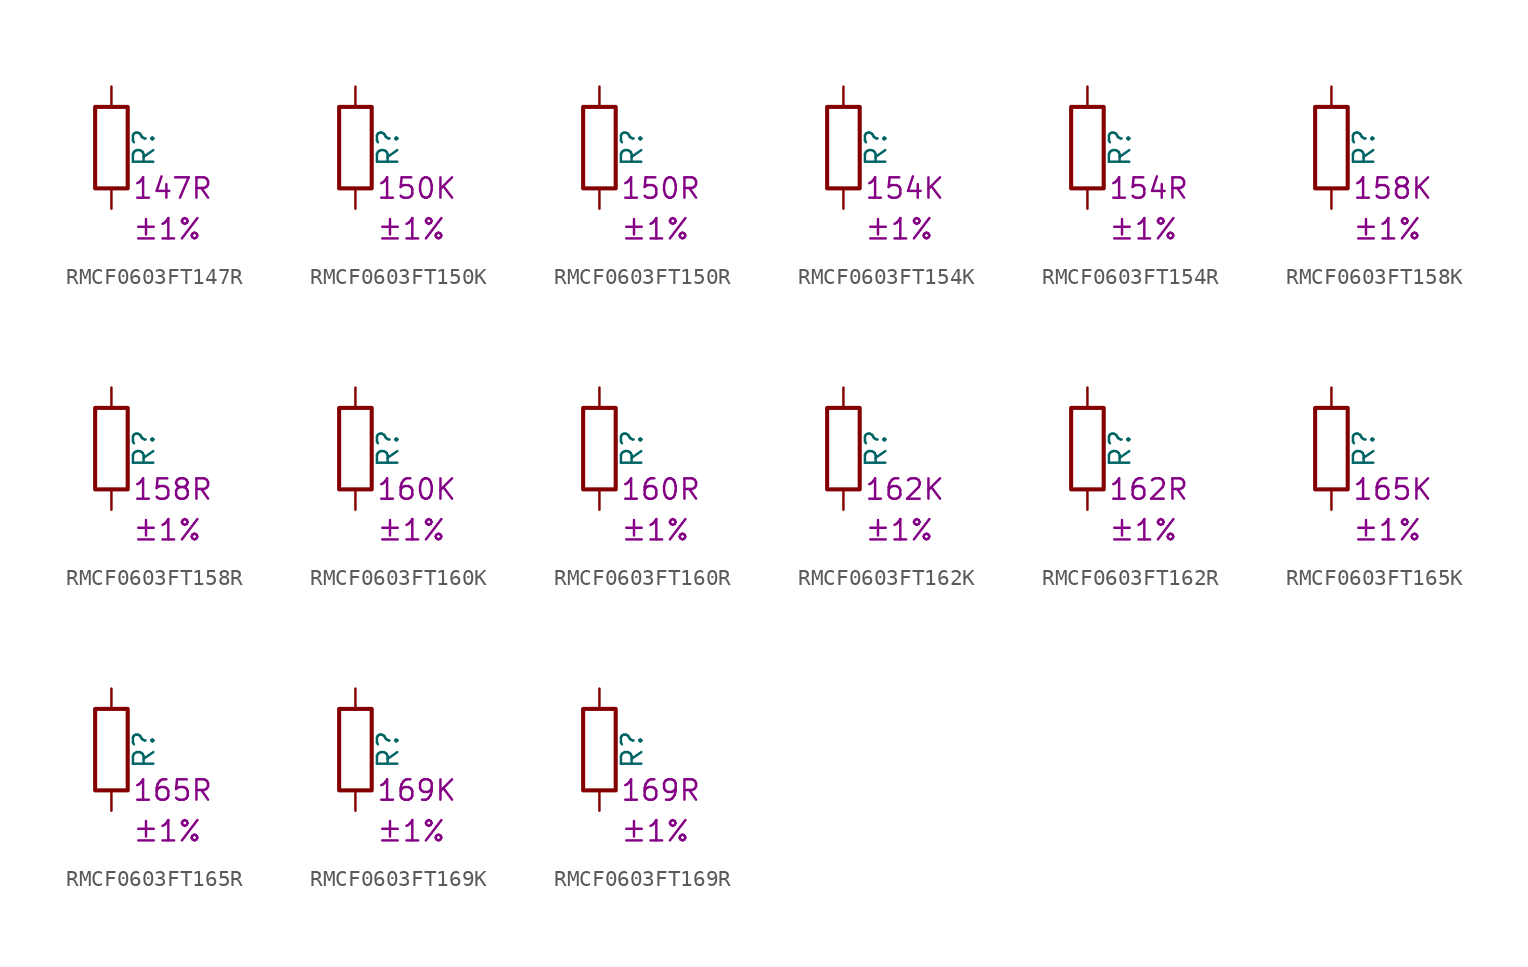
<source format=kicad_sym>
(kicad_symbol_lib
  (version 20220914)
  (generator kicad_symbol_editor)
  (symbol "RMCF0603FT147R"
    (pin_numbers hide)
    (pin_names
      (offset 0))
    (property "Reference" "R"
      (at 2.032 0 90)
      (effects (font (size 1.27 1.27))))
    (property "Resistance" "147R"
      (at 1.27 -2.54 0)
      (effects (font (size 1.27 1.27)) (justify left)))
    (property "Tolerance" "±1%"
      (at 1.27 -5.08 0)
      (effects (font (size 1.27 1.27)) (justify left)))
    (symbol "RMCF0603FT147R_0_1"
      (rectangle (start -1.016 -2.54) (end 1.016 2.54) (stroke (width 0.254) (type default)) (fill (type none))))
    (symbol "RMCF0603FT147R_1_1"
      (pin passive line (at 0 3.81 270) (length 1.27) (name "~" (effects (font (size 1.27 1.27)))) (number "1" (effects (font (size 1.27 1.27)))))
      (pin passive line (at 0 -3.81 90) (length 1.27) (name "~" (effects (font (size 1.27 1.27)))) (number "2" (effects (font (size 1.27 1.27)))))))
  (symbol "RMCF0603FT150K"
    (pin_numbers hide)
    (pin_names
      (offset 0))
    (property "Reference" "R"
      (at 2.032 0 90)
      (effects (font (size 1.27 1.27))))
    (property "Resistance" "150K"
      (at 1.27 -2.54 0)
      (effects (font (size 1.27 1.27)) (justify left)))
    (property "Tolerance" "±1%"
      (at 1.27 -5.08 0)
      (effects (font (size 1.27 1.27)) (justify left)))
    (symbol "RMCF0603FT150K_0_1"
      (rectangle (start -1.016 -2.54) (end 1.016 2.54) (stroke (width 0.254) (type default)) (fill (type none))))
    (symbol "RMCF0603FT150K_1_1"
      (pin passive line (at 0 3.81 270) (length 1.27) (name "~" (effects (font (size 1.27 1.27)))) (number "1" (effects (font (size 1.27 1.27)))))
      (pin passive line (at 0 -3.81 90) (length 1.27) (name "~" (effects (font (size 1.27 1.27)))) (number "2" (effects (font (size 1.27 1.27)))))))
  (symbol "RMCF0603FT150R"
    (pin_numbers hide)
    (pin_names
      (offset 0))
    (property "Reference" "R"
      (at 2.032 0 90)
      (effects (font (size 1.27 1.27))))
    (property "Resistance" "150R"
      (at 1.27 -2.54 0)
      (effects (font (size 1.27 1.27)) (justify left)))
    (property "Tolerance" "±1%"
      (at 1.27 -5.08 0)
      (effects (font (size 1.27 1.27)) (justify left)))
    (symbol "RMCF0603FT150R_0_1"
      (rectangle (start -1.016 -2.54) (end 1.016 2.54) (stroke (width 0.254) (type default)) (fill (type none))))
    (symbol "RMCF0603FT150R_1_1"
      (pin passive line (at 0 3.81 270) (length 1.27) (name "~" (effects (font (size 1.27 1.27)))) (number "1" (effects (font (size 1.27 1.27)))))
      (pin passive line (at 0 -3.81 90) (length 1.27) (name "~" (effects (font (size 1.27 1.27)))) (number "2" (effects (font (size 1.27 1.27)))))))
  (symbol "RMCF0603FT154K"
    (pin_numbers hide)
    (pin_names
      (offset 0))
    (property "Reference" "R"
      (at 2.032 0 90)
      (effects (font (size 1.27 1.27))))
    (property "Resistance" "154K"
      (at 1.27 -2.54 0)
      (effects (font (size 1.27 1.27)) (justify left)))
    (property "Tolerance" "±1%"
      (at 1.27 -5.08 0)
      (effects (font (size 1.27 1.27)) (justify left)))
    (symbol "RMCF0603FT154K_0_1"
      (rectangle (start -1.016 -2.54) (end 1.016 2.54) (stroke (width 0.254) (type default)) (fill (type none))))
    (symbol "RMCF0603FT154K_1_1"
      (pin passive line (at 0 3.81 270) (length 1.27) (name "~" (effects (font (size 1.27 1.27)))) (number "1" (effects (font (size 1.27 1.27)))))
      (pin passive line (at 0 -3.81 90) (length 1.27) (name "~" (effects (font (size 1.27 1.27)))) (number "2" (effects (font (size 1.27 1.27)))))))
  (symbol "RMCF0603FT154R"
    (pin_numbers hide)
    (pin_names
      (offset 0))
    (property "Reference" "R"
      (at 2.032 0 90)
      (effects (font (size 1.27 1.27))))
    (property "Resistance" "154R"
      (at 1.27 -2.54 0)
      (effects (font (size 1.27 1.27)) (justify left)))
    (property "Tolerance" "±1%"
      (at 1.27 -5.08 0)
      (effects (font (size 1.27 1.27)) (justify left)))
    (symbol "RMCF0603FT154R_0_1"
      (rectangle (start -1.016 -2.54) (end 1.016 2.54) (stroke (width 0.254) (type default)) (fill (type none))))
    (symbol "RMCF0603FT154R_1_1"
      (pin passive line (at 0 3.81 270) (length 1.27) (name "~" (effects (font (size 1.27 1.27)))) (number "1" (effects (font (size 1.27 1.27)))))
      (pin passive line (at 0 -3.81 90) (length 1.27) (name "~" (effects (font (size 1.27 1.27)))) (number "2" (effects (font (size 1.27 1.27)))))))
  (symbol "RMCF0603FT158K"
    (pin_numbers hide)
    (pin_names
      (offset 0))
    (property "Reference" "R"
      (at 2.032 0 90)
      (effects (font (size 1.27 1.27))))
    (property "Resistance" "158K"
      (at 1.27 -2.54 0)
      (effects (font (size 1.27 1.27)) (justify left)))
    (property "Tolerance" "±1%"
      (at 1.27 -5.08 0)
      (effects (font (size 1.27 1.27)) (justify left)))
    (symbol "RMCF0603FT158K_0_1"
      (rectangle (start -1.016 -2.54) (end 1.016 2.54) (stroke (width 0.254) (type default)) (fill (type none))))
    (symbol "RMCF0603FT158K_1_1"
      (pin passive line (at 0 3.81 270) (length 1.27) (name "~" (effects (font (size 1.27 1.27)))) (number "1" (effects (font (size 1.27 1.27)))))
      (pin passive line (at 0 -3.81 90) (length 1.27) (name "~" (effects (font (size 1.27 1.27)))) (number "2" (effects (font (size 1.27 1.27)))))))
  (symbol "RMCF0603FT158R"
    (pin_numbers hide)
    (pin_names
      (offset 0))
    (property "Reference" "R"
      (at 2.032 0 90)
      (effects (font (size 1.27 1.27))))
    (property "Resistance" "158R"
      (at 1.27 -2.54 0)
      (effects (font (size 1.27 1.27)) (justify left)))
    (property "Tolerance" "±1%"
      (at 1.27 -5.08 0)
      (effects (font (size 1.27 1.27)) (justify left)))
    (symbol "RMCF0603FT158R_0_1"
      (rectangle (start -1.016 -2.54) (end 1.016 2.54) (stroke (width 0.254) (type default)) (fill (type none))))
    (symbol "RMCF0603FT158R_1_1"
      (pin passive line (at 0 3.81 270) (length 1.27) (name "~" (effects (font (size 1.27 1.27)))) (number "1" (effects (font (size 1.27 1.27)))))
      (pin passive line (at 0 -3.81 90) (length 1.27) (name "~" (effects (font (size 1.27 1.27)))) (number "2" (effects (font (size 1.27 1.27)))))))
  (symbol "RMCF0603FT160K"
    (pin_numbers hide)
    (pin_names
      (offset 0))
    (property "Reference" "R"
      (at 2.032 0 90)
      (effects (font (size 1.27 1.27))))
    (property "Resistance" "160K"
      (at 1.27 -2.54 0)
      (effects (font (size 1.27 1.27)) (justify left)))
    (property "Tolerance" "±1%"
      (at 1.27 -5.08 0)
      (effects (font (size 1.27 1.27)) (justify left)))
    (symbol "RMCF0603FT160K_0_1"
      (rectangle (start -1.016 -2.54) (end 1.016 2.54) (stroke (width 0.254) (type default)) (fill (type none))))
    (symbol "RMCF0603FT160K_1_1"
      (pin passive line (at 0 3.81 270) (length 1.27) (name "~" (effects (font (size 1.27 1.27)))) (number "1" (effects (font (size 1.27 1.27)))))
      (pin passive line (at 0 -3.81 90) (length 1.27) (name "~" (effects (font (size 1.27 1.27)))) (number "2" (effects (font (size 1.27 1.27)))))))
  (symbol "RMCF0603FT160R"
    (pin_numbers hide)
    (pin_names
      (offset 0))
    (property "Reference" "R"
      (at 2.032 0 90)
      (effects (font (size 1.27 1.27))))
    (property "Resistance" "160R"
      (at 1.27 -2.54 0)
      (effects (font (size 1.27 1.27)) (justify left)))
    (property "Tolerance" "±1%"
      (at 1.27 -5.08 0)
      (effects (font (size 1.27 1.27)) (justify left)))
    (symbol "RMCF0603FT160R_0_1"
      (rectangle (start -1.016 -2.54) (end 1.016 2.54) (stroke (width 0.254) (type default)) (fill (type none))))
    (symbol "RMCF0603FT160R_1_1"
      (pin passive line (at 0 3.81 270) (length 1.27) (name "~" (effects (font (size 1.27 1.27)))) (number "1" (effects (font (size 1.27 1.27)))))
      (pin passive line (at 0 -3.81 90) (length 1.27) (name "~" (effects (font (size 1.27 1.27)))) (number "2" (effects (font (size 1.27 1.27)))))))
  (symbol "RMCF0603FT162K"
    (pin_numbers hide)
    (pin_names
      (offset 0))
    (property "Reference" "R"
      (at 2.032 0 90)
      (effects (font (size 1.27 1.27))))
    (property "Resistance" "162K"
      (at 1.27 -2.54 0)
      (effects (font (size 1.27 1.27)) (justify left)))
    (property "Tolerance" "±1%"
      (at 1.27 -5.08 0)
      (effects (font (size 1.27 1.27)) (justify left)))
    (symbol "RMCF0603FT162K_0_1"
      (rectangle (start -1.016 -2.54) (end 1.016 2.54) (stroke (width 0.254) (type default)) (fill (type none))))
    (symbol "RMCF0603FT162K_1_1"
      (pin passive line (at 0 3.81 270) (length 1.27) (name "~" (effects (font (size 1.27 1.27)))) (number "1" (effects (font (size 1.27 1.27)))))
      (pin passive line (at 0 -3.81 90) (length 1.27) (name "~" (effects (font (size 1.27 1.27)))) (number "2" (effects (font (size 1.27 1.27)))))))
  (symbol "RMCF0603FT162R"
    (pin_numbers hide)
    (pin_names
      (offset 0))
    (property "Reference" "R"
      (at 2.032 0 90)
      (effects (font (size 1.27 1.27))))
    (property "Resistance" "162R"
      (at 1.27 -2.54 0)
      (effects (font (size 1.27 1.27)) (justify left)))
    (property "Tolerance" "±1%"
      (at 1.27 -5.08 0)
      (effects (font (size 1.27 1.27)) (justify left)))
    (symbol "RMCF0603FT162R_0_1"
      (rectangle (start -1.016 -2.54) (end 1.016 2.54) (stroke (width 0.254) (type default)) (fill (type none))))
    (symbol "RMCF0603FT162R_1_1"
      (pin passive line (at 0 3.81 270) (length 1.27) (name "~" (effects (font (size 1.27 1.27)))) (number "1" (effects (font (size 1.27 1.27)))))
      (pin passive line (at 0 -3.81 90) (length 1.27) (name "~" (effects (font (size 1.27 1.27)))) (number "2" (effects (font (size 1.27 1.27)))))))
  (symbol "RMCF0603FT165K"
    (pin_numbers hide)
    (pin_names
      (offset 0))
    (property "Reference" "R"
      (at 2.032 0 90)
      (effects (font (size 1.27 1.27))))
    (property "Resistance" "165K"
      (at 1.27 -2.54 0)
      (effects (font (size 1.27 1.27)) (justify left)))
    (property "Tolerance" "±1%"
      (at 1.27 -5.08 0)
      (effects (font (size 1.27 1.27)) (justify left)))
    (symbol "RMCF0603FT165K_0_1"
      (rectangle (start -1.016 -2.54) (end 1.016 2.54) (stroke (width 0.254) (type default)) (fill (type none))))
    (symbol "RMCF0603FT165K_1_1"
      (pin passive line (at 0 3.81 270) (length 1.27) (name "~" (effects (font (size 1.27 1.27)))) (number "1" (effects (font (size 1.27 1.27)))))
      (pin passive line (at 0 -3.81 90) (length 1.27) (name "~" (effects (font (size 1.27 1.27)))) (number "2" (effects (font (size 1.27 1.27)))))))
  (symbol "RMCF0603FT165R"
    (pin_numbers hide)
    (pin_names
      (offset 0))
    (property "Reference" "R"
      (at 2.032 0 90)
      (effects (font (size 1.27 1.27))))
    (property "Resistance" "165R"
      (at 1.27 -2.54 0)
      (effects (font (size 1.27 1.27)) (justify left)))
    (property "Tolerance" "±1%"
      (at 1.27 -5.08 0)
      (effects (font (size 1.27 1.27)) (justify left)))
    (symbol "RMCF0603FT165R_0_1"
      (rectangle (start -1.016 -2.54) (end 1.016 2.54) (stroke (width 0.254) (type default)) (fill (type none))))
    (symbol "RMCF0603FT165R_1_1"
      (pin passive line (at 0 3.81 270) (length 1.27) (name "~" (effects (font (size 1.27 1.27)))) (number "1" (effects (font (size 1.27 1.27)))))
      (pin passive line (at 0 -3.81 90) (length 1.27) (name "~" (effects (font (size 1.27 1.27)))) (number "2" (effects (font (size 1.27 1.27)))))))
  (symbol "RMCF0603FT169K"
    (pin_numbers hide)
    (pin_names
      (offset 0))
    (property "Reference" "R"
      (at 2.032 0 90)
      (effects (font (size 1.27 1.27))))
    (property "Resistance" "169K"
      (at 1.27 -2.54 0)
      (effects (font (size 1.27 1.27)) (justify left)))
    (property "Tolerance" "±1%"
      (at 1.27 -5.08 0)
      (effects (font (size 1.27 1.27)) (justify left)))
    (symbol "RMCF0603FT169K_0_1"
      (rectangle (start -1.016 -2.54) (end 1.016 2.54) (stroke (width 0.254) (type default)) (fill (type none))))
    (symbol "RMCF0603FT169K_1_1"
      (pin passive line (at 0 3.81 270) (length 1.27) (name "~" (effects (font (size 1.27 1.27)))) (number "1" (effects (font (size 1.27 1.27)))))
      (pin passive line (at 0 -3.81 90) (length 1.27) (name "~" (effects (font (size 1.27 1.27)))) (number "2" (effects (font (size 1.27 1.27)))))))
  (symbol "RMCF0603FT169R"
    (pin_numbers hide)
    (pin_names
      (offset 0))
    (property "Reference" "R"
      (at 2.032 0 90)
      (effects (font (size 1.27 1.27))))
    (property "Resistance" "169R"
      (at 1.27 -2.54 0)
      (effects (font (size 1.27 1.27)) (justify left)))
    (property "Tolerance" "±1%"
      (at 1.27 -5.08 0)
      (effects (font (size 1.27 1.27)) (justify left)))
    (symbol "RMCF0603FT169R_0_1"
      (rectangle (start -1.016 -2.54) (end 1.016 2.54) (stroke (width 0.254) (type default)) (fill (type none))))
    (symbol "RMCF0603FT169R_1_1"
      (pin passive line (at 0 3.81 270) (length 1.27) (name "~" (effects (font (size 1.27 1.27)))) (number "1" (effects (font (size 1.27 1.27)))))
      (pin passive line (at 0 -3.81 90) (length 1.27) (name "~" (effects (font (size 1.27 1.27)))) (number "2" (effects (font (size 1.27 1.27))))))))
</source>
